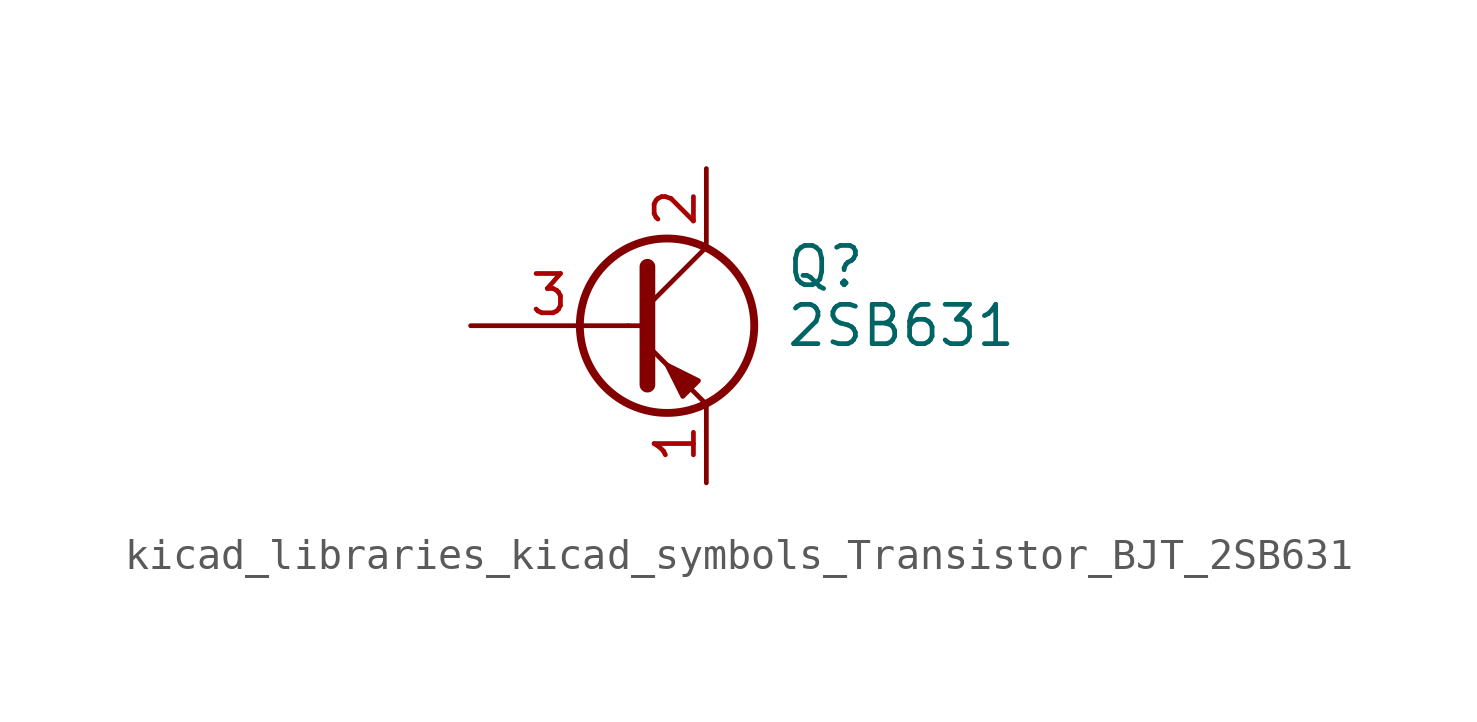
<source format=kicad_sym>
(kicad_symbol_lib
  (version 20220914)
  (generator kicad_symbol_editor)
  (symbol "kicad_libraries_kicad_symbols_Transistor_BJT_2SB631"
    (pin_names
      (offset 0) hide)
    (property "Reference" "Q"
      (at 5.08 1.905 0)
      (effects (font (size 1.27 1.27)) (justify left)))
    (property "Value" "2SB631"
      (at 5.08 0 0)
      (effects (font (size 1.27 1.27)) (justify left)))
    (symbol "kicad_libraries_kicad_symbols_Transistor_BJT_2SB631_0_1"
      (polyline (pts (xy 0 0) (xy 0.635 0)) (stroke (width 0) (type default)) (fill (type none)))
      (polyline (pts (xy 2.54 -2.54) (xy 0.635 -0.635)) (stroke (width 0) (type default)) (fill (type none)))
      (polyline (pts (xy 2.54 2.54) (xy 0.635 0.635)) (stroke (width 0) (type default)) (fill (type none)))
      (polyline (pts (xy 0.635 1.905) (xy 0.635 -1.905) (xy 0.635 -1.905)) (stroke (width 0.508) (type default)) (fill (type outline)))
      (polyline (pts (xy 1.778 -2.286) (xy 2.286 -1.778) (xy 1.27 -1.27) (xy 1.778 -2.286) (xy 1.778 -2.286)) (stroke (width 0) (type default)) (fill (type outline)))
      (circle (center 1.27 0) (radius 2.819) (stroke (width 0.254) (type default)) (fill (type none))))
    (symbol "kicad_libraries_kicad_symbols_Transistor_BJT_2SB631_1_1"
      (pin passive line (at 2.54 -5.08 90) (length 2.54) (name "E" (effects (font (size 1.27 1.27)))) (number "1" (effects (font (size 1.27 1.27)))))
      (pin passive line (at 2.54 5.08 270) (length 2.54) (name "C" (effects (font (size 1.27 1.27)))) (number "2" (effects (font (size 1.27 1.27)))))
      (pin input line (at -5.08 0 0) (length 5.08) (name "B" (effects (font (size 1.27 1.27)))) (number "3" (effects (font (size 1.27 1.27))))))))
</source>
